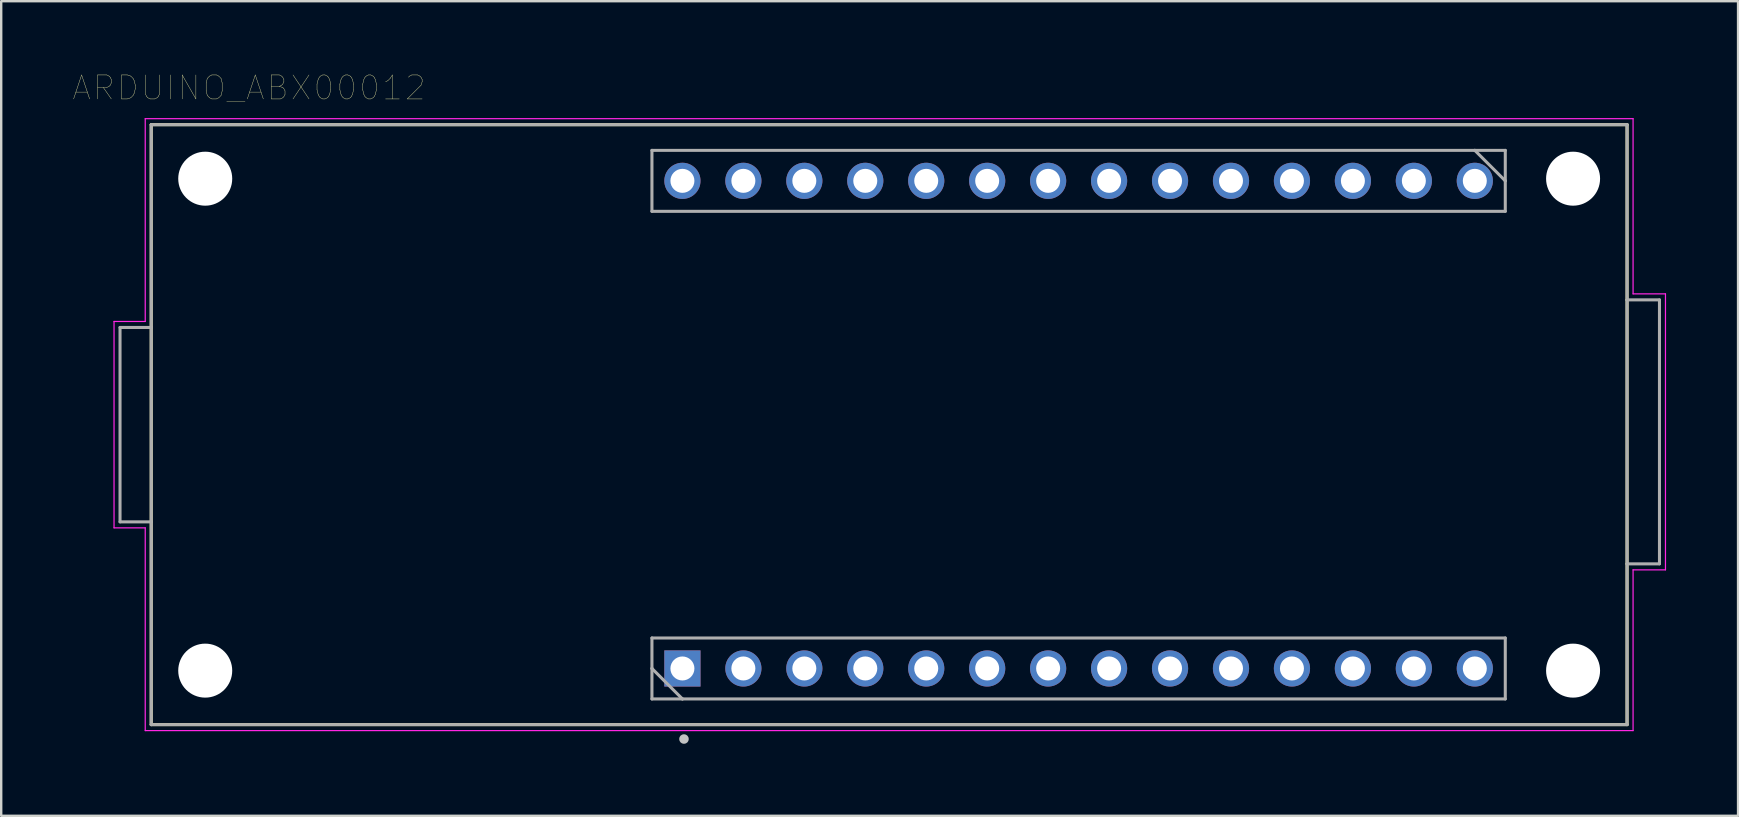
<source format=kicad_pcb>
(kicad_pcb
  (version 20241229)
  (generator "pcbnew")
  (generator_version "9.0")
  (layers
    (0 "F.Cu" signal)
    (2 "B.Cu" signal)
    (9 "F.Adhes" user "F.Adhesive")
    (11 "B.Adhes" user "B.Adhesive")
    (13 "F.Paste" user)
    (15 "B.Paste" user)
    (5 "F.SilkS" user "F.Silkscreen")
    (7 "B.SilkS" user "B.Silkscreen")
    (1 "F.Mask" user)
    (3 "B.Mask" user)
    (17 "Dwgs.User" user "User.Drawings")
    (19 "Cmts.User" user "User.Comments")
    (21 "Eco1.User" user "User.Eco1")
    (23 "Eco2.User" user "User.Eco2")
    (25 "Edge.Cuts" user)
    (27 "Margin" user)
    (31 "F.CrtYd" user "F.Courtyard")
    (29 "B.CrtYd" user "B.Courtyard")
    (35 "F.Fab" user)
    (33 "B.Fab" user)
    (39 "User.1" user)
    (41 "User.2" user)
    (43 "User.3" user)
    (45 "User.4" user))
  (footprint "ARDUINO_ABX00012"
    (layer "F.Cu")
    (at 3.252 27.146)
    (property "Reference" "ARDUINO_ABX00012" (at 4.075 -26.535 0) (layer "F.SilkS") (effects (font (size 1 1) (thickness 0.015))))
    (attr through_hole)
    (fp_line (start 0 -25) (end 61.5 -25) (stroke (width 0.127) (type solid)) (layer "F.SilkS"))
    (fp_line (start 0 -16.55) (end 0 -25) (stroke (width 0.127) (type solid)) (layer "F.SilkS"))
    (fp_line (start 0 -8.45) (end 0 -16.55) (stroke (width 0.127) (type solid)) (layer "F.SilkS"))
    (fp_line (start 0 0) (end 0 -8.45) (stroke (width 0.127) (type solid)) (layer "F.SilkS"))
    (fp_line (start 61.5 -25) (end 61.5 -17.7) (stroke (width 0.127) (type solid)) (layer "F.SilkS"))
    (fp_line (start 61.5 -17.7) (end 61.5 -6.7) (stroke (width 0.127) (type solid)) (layer "F.SilkS"))
    (fp_line (start 61.5 -6.7) (end 61.5 0) (stroke (width 0.127) (type solid)) (layer "F.SilkS"))
    (fp_line (start 61.5 0) (end 0 0) (stroke (width 0.127) (type solid)) (layer "F.SilkS"))
    (fp_circle (center 22.2 0.6) (end 22.3 0.6) (stroke (width 0.2) (type solid)) (fill no) (layer "Dwgs.User"))
    (fp_line (start -1.55 -16.8) (end -1.55 -8.2) (stroke (width 0.05) (type solid)) (layer "F.CrtYd"))
    (fp_line (start -1.55 -8.2) (end -0.25 -8.2) (stroke (width 0.05) (type solid)) (layer "F.CrtYd"))
    (fp_line (start -0.25 -25.25) (end 61.75 -25.25) (stroke (width 0.05) (type solid)) (layer "F.CrtYd"))
    (fp_line (start -0.25 -16.8) (end -1.55 -16.8) (stroke (width 0.05) (type solid)) (layer "F.CrtYd"))
    (fp_line (start -0.25 -16.8) (end -0.25 -25.25) (stroke (width 0.05) (type solid)) (layer "F.CrtYd"))
    (fp_line (start -0.25 0.25) (end -0.25 -8.2) (stroke (width 0.05) (type solid)) (layer "F.CrtYd"))
    (fp_line (start 61.75 -25.25) (end 61.75 -17.95) (stroke (width 0.05) (type solid)) (layer "F.CrtYd"))
    (fp_line (start 61.75 -17.95) (end 63.1 -17.95) (stroke (width 0.05) (type solid)) (layer "F.CrtYd"))
    (fp_line (start 61.75 -6.45) (end 61.75 0.25) (stroke (width 0.05) (type solid)) (layer "F.CrtYd"))
    (fp_line (start 61.75 0.25) (end -0.25 0.25) (stroke (width 0.05) (type solid)) (layer "F.CrtYd"))
    (fp_line (start 63.1 -17.95) (end 63.1 -6.45) (stroke (width 0.05) (type solid)) (layer "F.CrtYd"))
    (fp_line (start 63.1 -6.45) (end 61.75 -6.45) (stroke (width 0.05) (type solid)) (layer "F.CrtYd"))
    (fp_line (start -1.3 -16.55) (end -1.3 -8.45) (stroke (width 0.127) (type solid)) (layer "F.Fab"))
    (fp_line (start -1.3 -8.45) (end 0 -8.45) (stroke (width 0.127) (type solid)) (layer "F.Fab"))
    (fp_line (start 0 -25) (end 61.5 -25) (stroke (width 0.127) (type solid)) (layer "F.Fab"))
    (fp_line (start 0 -16.55) (end -1.3 -16.55) (stroke (width 0.127) (type solid)) (layer "F.Fab"))
    (fp_line (start 0 0) (end 0 -25) (stroke (width 0.127) (type solid)) (layer "F.Fab"))
    (fp_line (start 20.865 -23.93) (end 20.865 -21.39) (stroke (width 0.127) (type solid)) (layer "F.Fab"))
    (fp_line (start 20.865 -21.39) (end 56.425 -21.39) (stroke (width 0.127) (type solid)) (layer "F.Fab"))
    (fp_line (start 20.865 -3.61) (end 20.865 -2.34) (stroke (width 0.127) (type solid)) (layer "F.Fab"))
    (fp_line (start 20.865 -2.34) (end 20.865 -1.07) (stroke (width 0.127) (type solid)) (layer "F.Fab"))
    (fp_line (start 20.865 -1.07) (end 22.135 -1.07) (stroke (width 0.127) (type solid)) (layer "F.Fab"))
    (fp_line (start 22.135 -1.07) (end 20.865 -2.34) (stroke (width 0.127) (type solid)) (layer "F.Fab"))
    (fp_line (start 22.135 -1.07) (end 56.425 -1.07) (stroke (width 0.127) (type solid)) (layer "F.Fab"))
    (fp_line (start 55.155 -23.93) (end 20.865 -23.93) (stroke (width 0.127) (type solid)) (layer "F.Fab"))
    (fp_line (start 55.155 -23.93) (end 56.425 -22.66) (stroke (width 0.127) (type solid)) (layer "F.Fab"))
    (fp_line (start 56.425 -23.93) (end 55.155 -23.93) (stroke (width 0.127) (type solid)) (layer "F.Fab"))
    (fp_line (start 56.425 -22.66) (end 56.425 -23.93) (stroke (width 0.127) (type solid)) (layer "F.Fab"))
    (fp_line (start 56.425 -21.39) (end 56.425 -22.66) (stroke (width 0.127) (type solid)) (layer "F.Fab"))
    (fp_line (start 56.425 -3.61) (end 20.865 -3.61) (stroke (width 0.127) (type solid)) (layer "F.Fab"))
    (fp_line (start 56.425 -1.07) (end 56.425 -3.61) (stroke (width 0.127) (type solid)) (layer "F.Fab"))
    (fp_line (start 61.5 -25) (end 61.5 0) (stroke (width 0.127) (type solid)) (layer "F.Fab"))
    (fp_line (start 61.5 -17.7) (end 62.85 -17.7) (stroke (width 0.127) (type solid)) (layer "F.Fab"))
    (fp_line (start 61.5 0) (end 0 0) (stroke (width 0.127) (type solid)) (layer "F.Fab"))
    (fp_line (start 62.85 -17.7) (end 62.85 -6.7) (stroke (width 0.127) (type solid)) (layer "F.Fab"))
    (fp_line (start 62.85 -6.7) (end 61.5 -6.7) (stroke (width 0.127) (type solid)) (layer "F.Fab"))
    (pad "" np_thru_hole circle (at 2.25 -22.75) (size 2.25 2.25) (drill 2.25) (layers "*.Cu" "*.Mask"))
    (pad "" np_thru_hole circle (at 2.25 -2.25) (size 2.25 2.25) (drill 2.25) (layers "*.Cu" "*.Mask"))
    (pad "" np_thru_hole circle (at 59.25 -22.75) (size 2.25 2.25) (drill 2.25) (layers "*.Cu" "*.Mask"))
    (pad "" np_thru_hole circle (at 59.25 -2.25) (size 2.25 2.25) (drill 2.25) (layers "*.Cu" "*.Mask"))
    (pad "1" thru_hole rect (at 22.135 -2.34) (size 1.508 1.508) (drill 1) (layers "*.Cu" "*.Mask"))
    (pad "2" thru_hole circle (at 24.675 -2.34) (size 1.508 1.508) (drill 1) (layers "*.Cu" "*.Mask"))
    (pad "3" thru_hole circle (at 27.215 -2.34) (size 1.508 1.508) (drill 1) (layers "*.Cu" "*.Mask"))
    (pad "4" thru_hole circle (at 29.755 -2.34) (size 1.508 1.508) (drill 1) (layers "*.Cu" "*.Mask"))
    (pad "5" thru_hole circle (at 32.295 -2.34) (size 1.508 1.508) (drill 1) (layers "*.Cu" "*.Mask"))
    (pad "6" thru_hole circle (at 34.835 -2.34) (size 1.508 1.508) (drill 1) (layers "*.Cu" "*.Mask"))
    (pad "7" thru_hole circle (at 37.375 -2.34) (size 1.508 1.508) (drill 1) (layers "*.Cu" "*.Mask"))
    (pad "8" thru_hole circle (at 39.915 -2.34) (size 1.508 1.508) (drill 1) (layers "*.Cu" "*.Mask"))
    (pad "9" thru_hole circle (at 42.455 -2.34) (size 1.508 1.508) (drill 1) (layers "*.Cu" "*.Mask"))
    (pad "10" thru_hole circle (at 44.995 -2.34) (size 1.508 1.508) (drill 1) (layers "*.Cu" "*.Mask"))
    (pad "11" thru_hole circle (at 47.535 -2.34) (size 1.508 1.508) (drill 1) (layers "*.Cu" "*.Mask"))
    (pad "12" thru_hole circle (at 50.075 -2.34) (size 1.508 1.508) (drill 1) (layers "*.Cu" "*.Mask"))
    (pad "13" thru_hole circle (at 52.615 -2.34) (size 1.508 1.508) (drill 1) (layers "*.Cu" "*.Mask"))
    (pad "14" thru_hole circle (at 55.155 -2.34) (size 1.508 1.508) (drill 1) (layers "*.Cu" "*.Mask"))
    (pad "15" thru_hole circle (at 55.155 -22.66) (size 1.508 1.508) (drill 1) (layers "*.Cu" "*.Mask"))
    (pad "16" thru_hole circle (at 52.615 -22.66) (size 1.508 1.508) (drill 1) (layers "*.Cu" "*.Mask"))
    (pad "17" thru_hole circle (at 50.075 -22.66) (size 1.508 1.508) (drill 1) (layers "*.Cu" "*.Mask"))
    (pad "18" thru_hole circle (at 47.535 -22.66) (size 1.508 1.508) (drill 1) (layers "*.Cu" "*.Mask"))
    (pad "19" thru_hole circle (at 44.995 -22.66) (size 1.508 1.508) (drill 1) (layers "*.Cu" "*.Mask"))
    (pad "20" thru_hole circle (at 42.455 -22.66) (size 1.508 1.508) (drill 1) (layers "*.Cu" "*.Mask"))
    (pad "21" thru_hole circle (at 39.915 -22.66) (size 1.508 1.508) (drill 1) (layers "*.Cu" "*.Mask"))
    (pad "22" thru_hole circle (at 37.375 -22.66) (size 1.508 1.508) (drill 1) (layers "*.Cu" "*.Mask"))
    (pad "23" thru_hole circle (at 34.835 -22.66) (size 1.508 1.508) (drill 1) (layers "*.Cu" "*.Mask"))
    (pad "24" thru_hole circle (at 32.295 -22.66) (size 1.508 1.508) (drill 1) (layers "*.Cu" "*.Mask"))
    (pad "25" thru_hole circle (at 29.755 -22.66) (size 1.508 1.508) (drill 1) (layers "*.Cu" "*.Mask"))
    (pad "26" thru_hole circle (at 27.215 -22.66) (size 1.508 1.508) (drill 1) (layers "*.Cu" "*.Mask"))
    (pad "27" thru_hole circle (at 24.675 -22.66) (size 1.508 1.508) (drill 1) (layers "*.Cu" "*.Mask"))
    (pad "28" thru_hole circle (at 22.135 -22.66) (size 1.508 1.508) (drill 1) (layers "*.Cu" "*.Mask")))
  (gr_rect
    (start -3 -3)
    (end 69.377 30.946)
    (stroke (width 0.1) (type default))
    (fill no)
    (layer "Edge.Cuts")))
</source>
